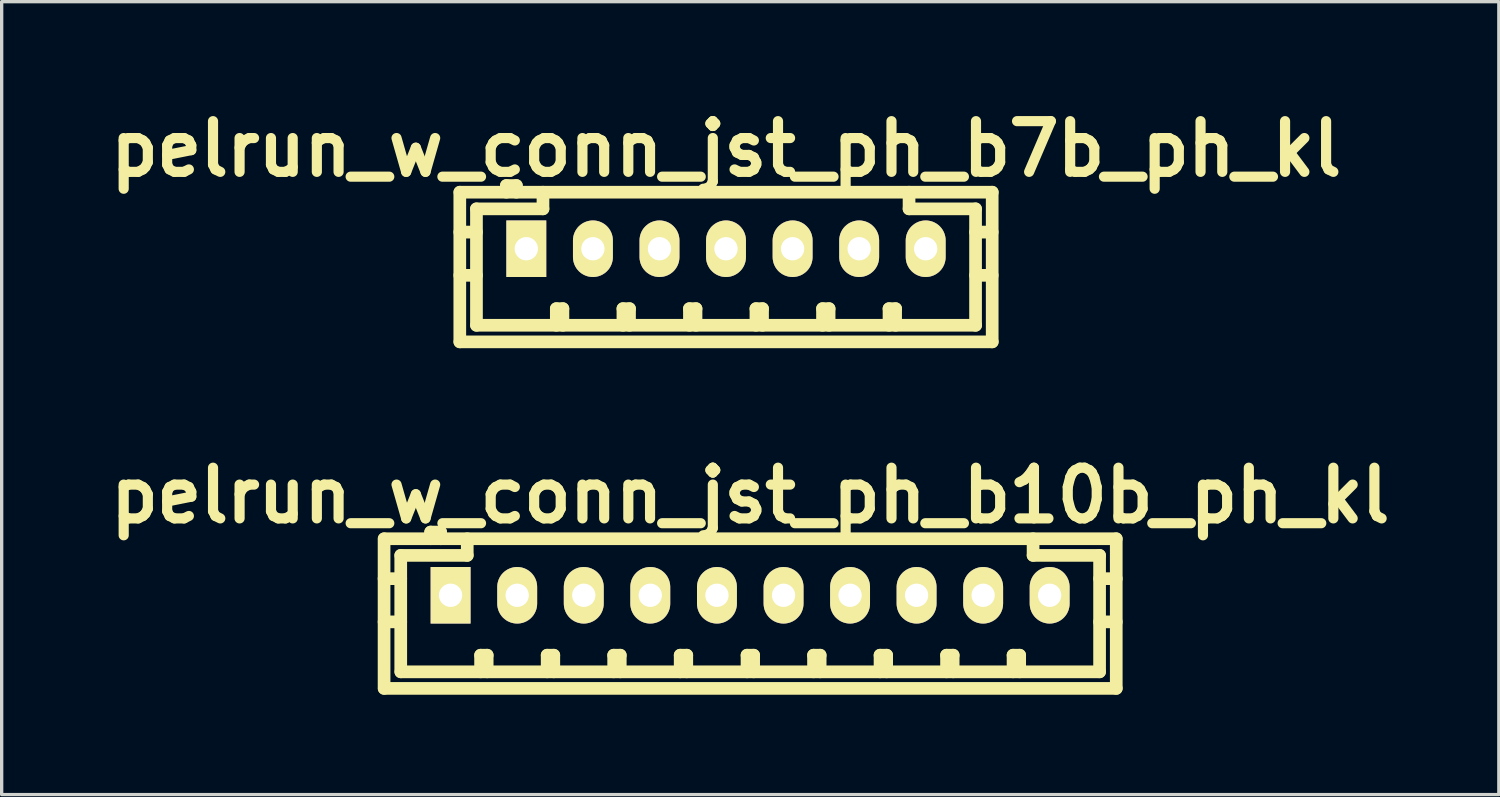
<source format=kicad_pcb>
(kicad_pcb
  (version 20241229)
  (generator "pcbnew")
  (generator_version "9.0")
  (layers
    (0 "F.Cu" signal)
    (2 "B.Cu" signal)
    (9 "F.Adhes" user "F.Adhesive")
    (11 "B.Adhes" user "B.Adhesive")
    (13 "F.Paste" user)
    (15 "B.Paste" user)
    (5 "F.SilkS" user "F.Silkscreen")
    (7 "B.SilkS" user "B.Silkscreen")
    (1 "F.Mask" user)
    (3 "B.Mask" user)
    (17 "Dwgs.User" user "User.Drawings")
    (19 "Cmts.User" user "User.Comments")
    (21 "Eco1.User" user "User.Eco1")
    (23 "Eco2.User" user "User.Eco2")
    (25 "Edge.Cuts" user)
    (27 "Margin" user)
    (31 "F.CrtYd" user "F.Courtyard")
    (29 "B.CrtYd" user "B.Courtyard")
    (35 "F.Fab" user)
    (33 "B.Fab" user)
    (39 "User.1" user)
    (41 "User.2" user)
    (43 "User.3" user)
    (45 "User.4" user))
  (footprint "pelrun_w_conn_jst_ph_b7b_ph_kl"
    (layer "F.Cu")
    (at 18.774 4.426)
    (property "Reference" "pelrun_w_conn_jst_ph_b7b_ph_kl" (at 0 -3 0) (layer "F.SilkS") (effects (font (size 1.524 1.524) (thickness 0.305))))
    (attr through_hole)
    (fp_line (start -8.004 -1.699) (end -8.004 2.799) (stroke (width 0.381) (type solid)) (layer "F.SilkS"))
    (fp_line (start -8.001 -1.699) (end 8.001 -1.699) (stroke (width 0.381) (type solid)) (layer "F.SilkS"))
    (fp_line (start -8.001 2.799) (end 8.001 2.799) (stroke (width 0.381) (type solid)) (layer "F.SilkS"))
    (fp_line (start -7.503 -1.199) (end -7.503 2.301) (stroke (width 0.381) (type solid)) (layer "F.SilkS"))
    (fp_line (start -7.503 -0.5) (end -8.004 -0.5) (stroke (width 0.381) (type solid)) (layer "F.SilkS"))
    (fp_line (start -7.503 0.8) (end -8.004 0.8) (stroke (width 0.381) (type solid)) (layer "F.SilkS"))
    (fp_line (start -6.604 -1.9) (end -6.604 -1.699) (stroke (width 0.381) (type solid)) (layer "F.SilkS"))
    (fp_line (start -6.304 -1.9) (end -6.604 -1.9) (stroke (width 0.381) (type solid)) (layer "F.SilkS"))
    (fp_line (start -6.304 -1.699) (end -6.304 -1.9) (stroke (width 0.381) (type solid)) (layer "F.SilkS"))
    (fp_line (start -5.504 -1.699) (end -5.504 -1.199) (stroke (width 0.381) (type solid)) (layer "F.SilkS"))
    (fp_line (start -5.504 -1.199) (end -7.503 -1.199) (stroke (width 0.381) (type solid)) (layer "F.SilkS"))
    (fp_line (start -5.103 1.801) (end -4.905 1.801) (stroke (width 0.381) (type solid)) (layer "F.SilkS"))
    (fp_line (start -5.103 2.301) (end -5.103 1.801) (stroke (width 0.381) (type solid)) (layer "F.SilkS"))
    (fp_line (start -4.905 1.801) (end -4.905 2.301) (stroke (width 0.381) (type solid)) (layer "F.SilkS"))
    (fp_line (start -3.101 1.801) (end -2.903 1.801) (stroke (width 0.381) (type solid)) (layer "F.SilkS"))
    (fp_line (start -3.101 2.301) (end -3.101 1.801) (stroke (width 0.381) (type solid)) (layer "F.SilkS"))
    (fp_line (start -2.903 1.801) (end -2.903 2.301) (stroke (width 0.381) (type solid)) (layer "F.SilkS"))
    (fp_line (start -1.102 1.801) (end -0.904 1.801) (stroke (width 0.381) (type solid)) (layer "F.SilkS"))
    (fp_line (start -1.102 2.301) (end -1.102 1.801) (stroke (width 0.381) (type solid)) (layer "F.SilkS"))
    (fp_line (start -0.904 1.801) (end -0.904 2.301) (stroke (width 0.381) (type solid)) (layer "F.SilkS"))
    (fp_line (start 0.897 1.801) (end 1.095 1.801) (stroke (width 0.381) (type solid)) (layer "F.SilkS"))
    (fp_line (start 0.897 2.301) (end 0.897 1.801) (stroke (width 0.381) (type solid)) (layer "F.SilkS"))
    (fp_line (start 1.095 1.801) (end 1.095 2.301) (stroke (width 0.381) (type solid)) (layer "F.SilkS"))
    (fp_line (start 2.898 1.801) (end 3.096 1.801) (stroke (width 0.381) (type solid)) (layer "F.SilkS"))
    (fp_line (start 2.898 2.301) (end 2.898 1.801) (stroke (width 0.381) (type solid)) (layer "F.SilkS"))
    (fp_line (start 3.096 1.801) (end 3.096 2.301) (stroke (width 0.381) (type solid)) (layer "F.SilkS"))
    (fp_line (start 4.897 1.801) (end 5.095 1.801) (stroke (width 0.381) (type solid)) (layer "F.SilkS"))
    (fp_line (start 4.897 2.301) (end 4.897 1.801) (stroke (width 0.381) (type solid)) (layer "F.SilkS"))
    (fp_line (start 5.095 1.801) (end 5.095 2.301) (stroke (width 0.381) (type solid)) (layer "F.SilkS"))
    (fp_line (start 5.499 -1.199) (end 5.499 -1.699) (stroke (width 0.381) (type solid)) (layer "F.SilkS"))
    (fp_line (start 7.498 -1.199) (end 5.499 -1.199) (stroke (width 0.381) (type solid)) (layer "F.SilkS"))
    (fp_line (start 7.498 0.8) (end 7.998 0.8) (stroke (width 0.381) (type solid)) (layer "F.SilkS"))
    (fp_line (start 7.498 2.301) (end 7.498 -1.199) (stroke (width 0.381) (type solid)) (layer "F.SilkS"))
    (fp_line (start 7.501 2.301) (end -7.501 2.301) (stroke (width 0.381) (type solid)) (layer "F.SilkS"))
    (fp_line (start 7.998 -1.699) (end 7.998 2.799) (stroke (width 0.381) (type solid)) (layer "F.SilkS"))
    (fp_line (start 7.998 -0.5) (end 7.498 -0.5) (stroke (width 0.381) (type solid)) (layer "F.SilkS"))
    (pad "1" thru_hole rect (at -6.005 0) (size 1.199 1.699) (drill 0.701) (layers "*.Cu" "*.Mask" "F.SilkS"))
    (pad "2" thru_hole oval (at -4.003 0) (size 1.199 1.699) (drill 0.701) (layers "*.Cu" "*.Mask" "F.SilkS"))
    (pad "3" thru_hole oval (at -2.002 0) (size 1.199 1.699) (drill 0.701) (layers "*.Cu" "*.Mask" "F.SilkS"))
    (pad "4" thru_hole oval (at -0.003 0) (size 1.199 1.699) (drill 0.701) (layers "*.Cu" "*.Mask" "F.SilkS"))
    (pad "5" thru_hole oval (at 1.999 0) (size 1.199 1.699) (drill 0.701) (layers "*.Cu" "*.Mask" "F.SilkS"))
    (pad "6" thru_hole oval (at 4 0) (size 1.199 1.699) (drill 0.701) (layers "*.Cu" "*.Mask" "F.SilkS"))
    (pad "7" thru_hole oval (at 5.999 0) (size 1.199 1.699) (drill 0.701) (layers "*.Cu" "*.Mask" "F.SilkS")))
  (footprint "pelrun_w_conn_jst_ph_b10b_ph_kl"
    (layer "F.Cu")
    (at 19.5 14.842)
    (property "Reference" "pelrun_w_conn_jst_ph_b10b_ph_kl" (at 0 -3 0) (layer "F.SilkS") (effects (font (size 1.524 1.524) (thickness 0.305))))
    (attr through_hole)
    (fp_line (start -11.006 -1.699) (end -11.006 2.799) (stroke (width 0.381) (type solid)) (layer "F.SilkS"))
    (fp_line (start -11.001 -1.699) (end 11.001 -1.699) (stroke (width 0.381) (type solid)) (layer "F.SilkS"))
    (fp_line (start -11.001 2.799) (end 11.001 2.799) (stroke (width 0.381) (type solid)) (layer "F.SilkS"))
    (fp_line (start -10.505 -1.199) (end -10.505 2.301) (stroke (width 0.381) (type solid)) (layer "F.SilkS"))
    (fp_line (start -10.505 -0.5) (end -11.006 -0.5) (stroke (width 0.381) (type solid)) (layer "F.SilkS"))
    (fp_line (start -10.505 0.8) (end -11.006 0.8) (stroke (width 0.381) (type solid)) (layer "F.SilkS"))
    (fp_line (start -9.606 -1.9) (end -9.606 -1.699) (stroke (width 0.381) (type solid)) (layer "F.SilkS"))
    (fp_line (start -9.307 -1.9) (end -9.606 -1.9) (stroke (width 0.381) (type solid)) (layer "F.SilkS"))
    (fp_line (start -9.307 -1.699) (end -9.307 -1.9) (stroke (width 0.381) (type solid)) (layer "F.SilkS"))
    (fp_line (start -8.506 -1.699) (end -8.506 -1.199) (stroke (width 0.381) (type solid)) (layer "F.SilkS"))
    (fp_line (start -8.506 -1.199) (end -10.505 -1.199) (stroke (width 0.381) (type solid)) (layer "F.SilkS"))
    (fp_line (start -8.105 1.801) (end -7.907 1.801) (stroke (width 0.381) (type solid)) (layer "F.SilkS"))
    (fp_line (start -8.105 2.301) (end -8.105 1.801) (stroke (width 0.381) (type solid)) (layer "F.SilkS"))
    (fp_line (start -7.907 1.801) (end -7.907 2.301) (stroke (width 0.381) (type solid)) (layer "F.SilkS"))
    (fp_line (start -6.104 1.801) (end -5.905 1.801) (stroke (width 0.381) (type solid)) (layer "F.SilkS"))
    (fp_line (start -6.104 2.301) (end -6.104 1.801) (stroke (width 0.381) (type solid)) (layer "F.SilkS"))
    (fp_line (start -5.905 1.801) (end -5.905 2.301) (stroke (width 0.381) (type solid)) (layer "F.SilkS"))
    (fp_line (start -4.105 1.801) (end -3.907 1.801) (stroke (width 0.381) (type solid)) (layer "F.SilkS"))
    (fp_line (start -4.105 2.301) (end -4.105 1.801) (stroke (width 0.381) (type solid)) (layer "F.SilkS"))
    (fp_line (start -3.907 1.801) (end -3.907 2.301) (stroke (width 0.381) (type solid)) (layer "F.SilkS"))
    (fp_line (start -2.106 1.801) (end -1.908 1.801) (stroke (width 0.381) (type solid)) (layer "F.SilkS"))
    (fp_line (start -2.106 2.301) (end -2.106 1.801) (stroke (width 0.381) (type solid)) (layer "F.SilkS"))
    (fp_line (start -1.908 1.801) (end -1.908 2.301) (stroke (width 0.381) (type solid)) (layer "F.SilkS"))
    (fp_line (start -0.097 1.801) (end 0.102 1.801) (stroke (width 0.381) (type solid)) (layer "F.SilkS"))
    (fp_line (start -0.097 2.301) (end -0.097 1.801) (stroke (width 0.381) (type solid)) (layer "F.SilkS"))
    (fp_line (start 0.102 1.801) (end 0.102 2.301) (stroke (width 0.381) (type solid)) (layer "F.SilkS"))
    (fp_line (start 1.902 1.801) (end 2.101 1.801) (stroke (width 0.381) (type solid)) (layer "F.SilkS"))
    (fp_line (start 1.902 2.301) (end 1.902 1.801) (stroke (width 0.381) (type solid)) (layer "F.SilkS"))
    (fp_line (start 2.101 1.801) (end 2.101 2.301) (stroke (width 0.381) (type solid)) (layer "F.SilkS"))
    (fp_line (start 3.901 1.801) (end 4.1 1.801) (stroke (width 0.381) (type solid)) (layer "F.SilkS"))
    (fp_line (start 3.901 2.301) (end 3.901 1.801) (stroke (width 0.381) (type solid)) (layer "F.SilkS"))
    (fp_line (start 4.1 1.801) (end 4.1 2.301) (stroke (width 0.381) (type solid)) (layer "F.SilkS"))
    (fp_line (start 5.9 1.801) (end 6.099 1.801) (stroke (width 0.381) (type solid)) (layer "F.SilkS"))
    (fp_line (start 5.9 2.301) (end 5.9 1.801) (stroke (width 0.381) (type solid)) (layer "F.SilkS"))
    (fp_line (start 6.099 1.801) (end 6.099 2.301) (stroke (width 0.381) (type solid)) (layer "F.SilkS"))
    (fp_line (start 7.899 1.801) (end 8.098 1.801) (stroke (width 0.381) (type solid)) (layer "F.SilkS"))
    (fp_line (start 7.899 2.301) (end 7.899 1.801) (stroke (width 0.381) (type solid)) (layer "F.SilkS"))
    (fp_line (start 8.098 1.801) (end 8.098 2.301) (stroke (width 0.381) (type solid)) (layer "F.SilkS"))
    (fp_line (start 8.501 -1.199) (end 8.501 -1.699) (stroke (width 0.381) (type solid)) (layer "F.SilkS"))
    (fp_line (start 10.5 -1.199) (end 8.501 -1.199) (stroke (width 0.381) (type solid)) (layer "F.SilkS"))
    (fp_line (start 10.5 0.8) (end 11.001 0.8) (stroke (width 0.381) (type solid)) (layer "F.SilkS"))
    (fp_line (start 10.5 2.301) (end -10.5 2.301) (stroke (width 0.381) (type solid)) (layer "F.SilkS"))
    (fp_line (start 10.5 2.301) (end 10.5 -1.199) (stroke (width 0.381) (type solid)) (layer "F.SilkS"))
    (fp_line (start 11.001 -1.699) (end 11.001 2.799) (stroke (width 0.381) (type solid)) (layer "F.SilkS"))
    (fp_line (start 11.001 -0.5) (end 10.5 -0.5) (stroke (width 0.381) (type solid)) (layer "F.SilkS"))
    (pad "1" thru_hole rect (at -9.007 0) (size 1.199 1.699) (drill 0.701) (layers "*.Cu" "*.Mask" "F.SilkS"))
    (pad "2" thru_hole oval (at -7.005 0) (size 1.199 1.699) (drill 0.701) (layers "*.Cu" "*.Mask" "F.SilkS"))
    (pad "3" thru_hole oval (at -5.004 0) (size 1.199 1.699) (drill 0.701) (layers "*.Cu" "*.Mask" "F.SilkS"))
    (pad "4" thru_hole oval (at -3.005 0) (size 1.199 1.699) (drill 0.701) (layers "*.Cu" "*.Mask" "F.SilkS"))
    (pad "5" thru_hole oval (at -1.001 0) (size 1.199 1.699) (drill 0.701) (layers "*.Cu" "*.Mask" "F.SilkS"))
    (pad "6" thru_hole oval (at 1.001 0) (size 1.199 1.699) (drill 0.701) (layers "*.Cu" "*.Mask" "F.SilkS"))
    (pad "7" thru_hole oval (at 3 0) (size 1.199 1.699) (drill 0.701) (layers "*.Cu" "*.Mask" "F.SilkS"))
    (pad "8" thru_hole oval (at 4.999 0) (size 1.199 1.699) (drill 0.701) (layers "*.Cu" "*.Mask" "F.SilkS"))
    (pad "9" thru_hole oval (at 7 0) (size 1.199 1.699) (drill 0.701) (layers "*.Cu" "*.Mask" "F.SilkS"))
    (pad "10" thru_hole oval (at 8.999 0) (size 1.199 1.699) (drill 0.701) (layers "*.Cu" "*.Mask" "F.SilkS")))
  (gr_rect
    (start -3 -3)
    (end 42 20.832)
    (stroke (width 0.1) (type default))
    (fill no)
    (layer "Edge.Cuts")))
</source>
